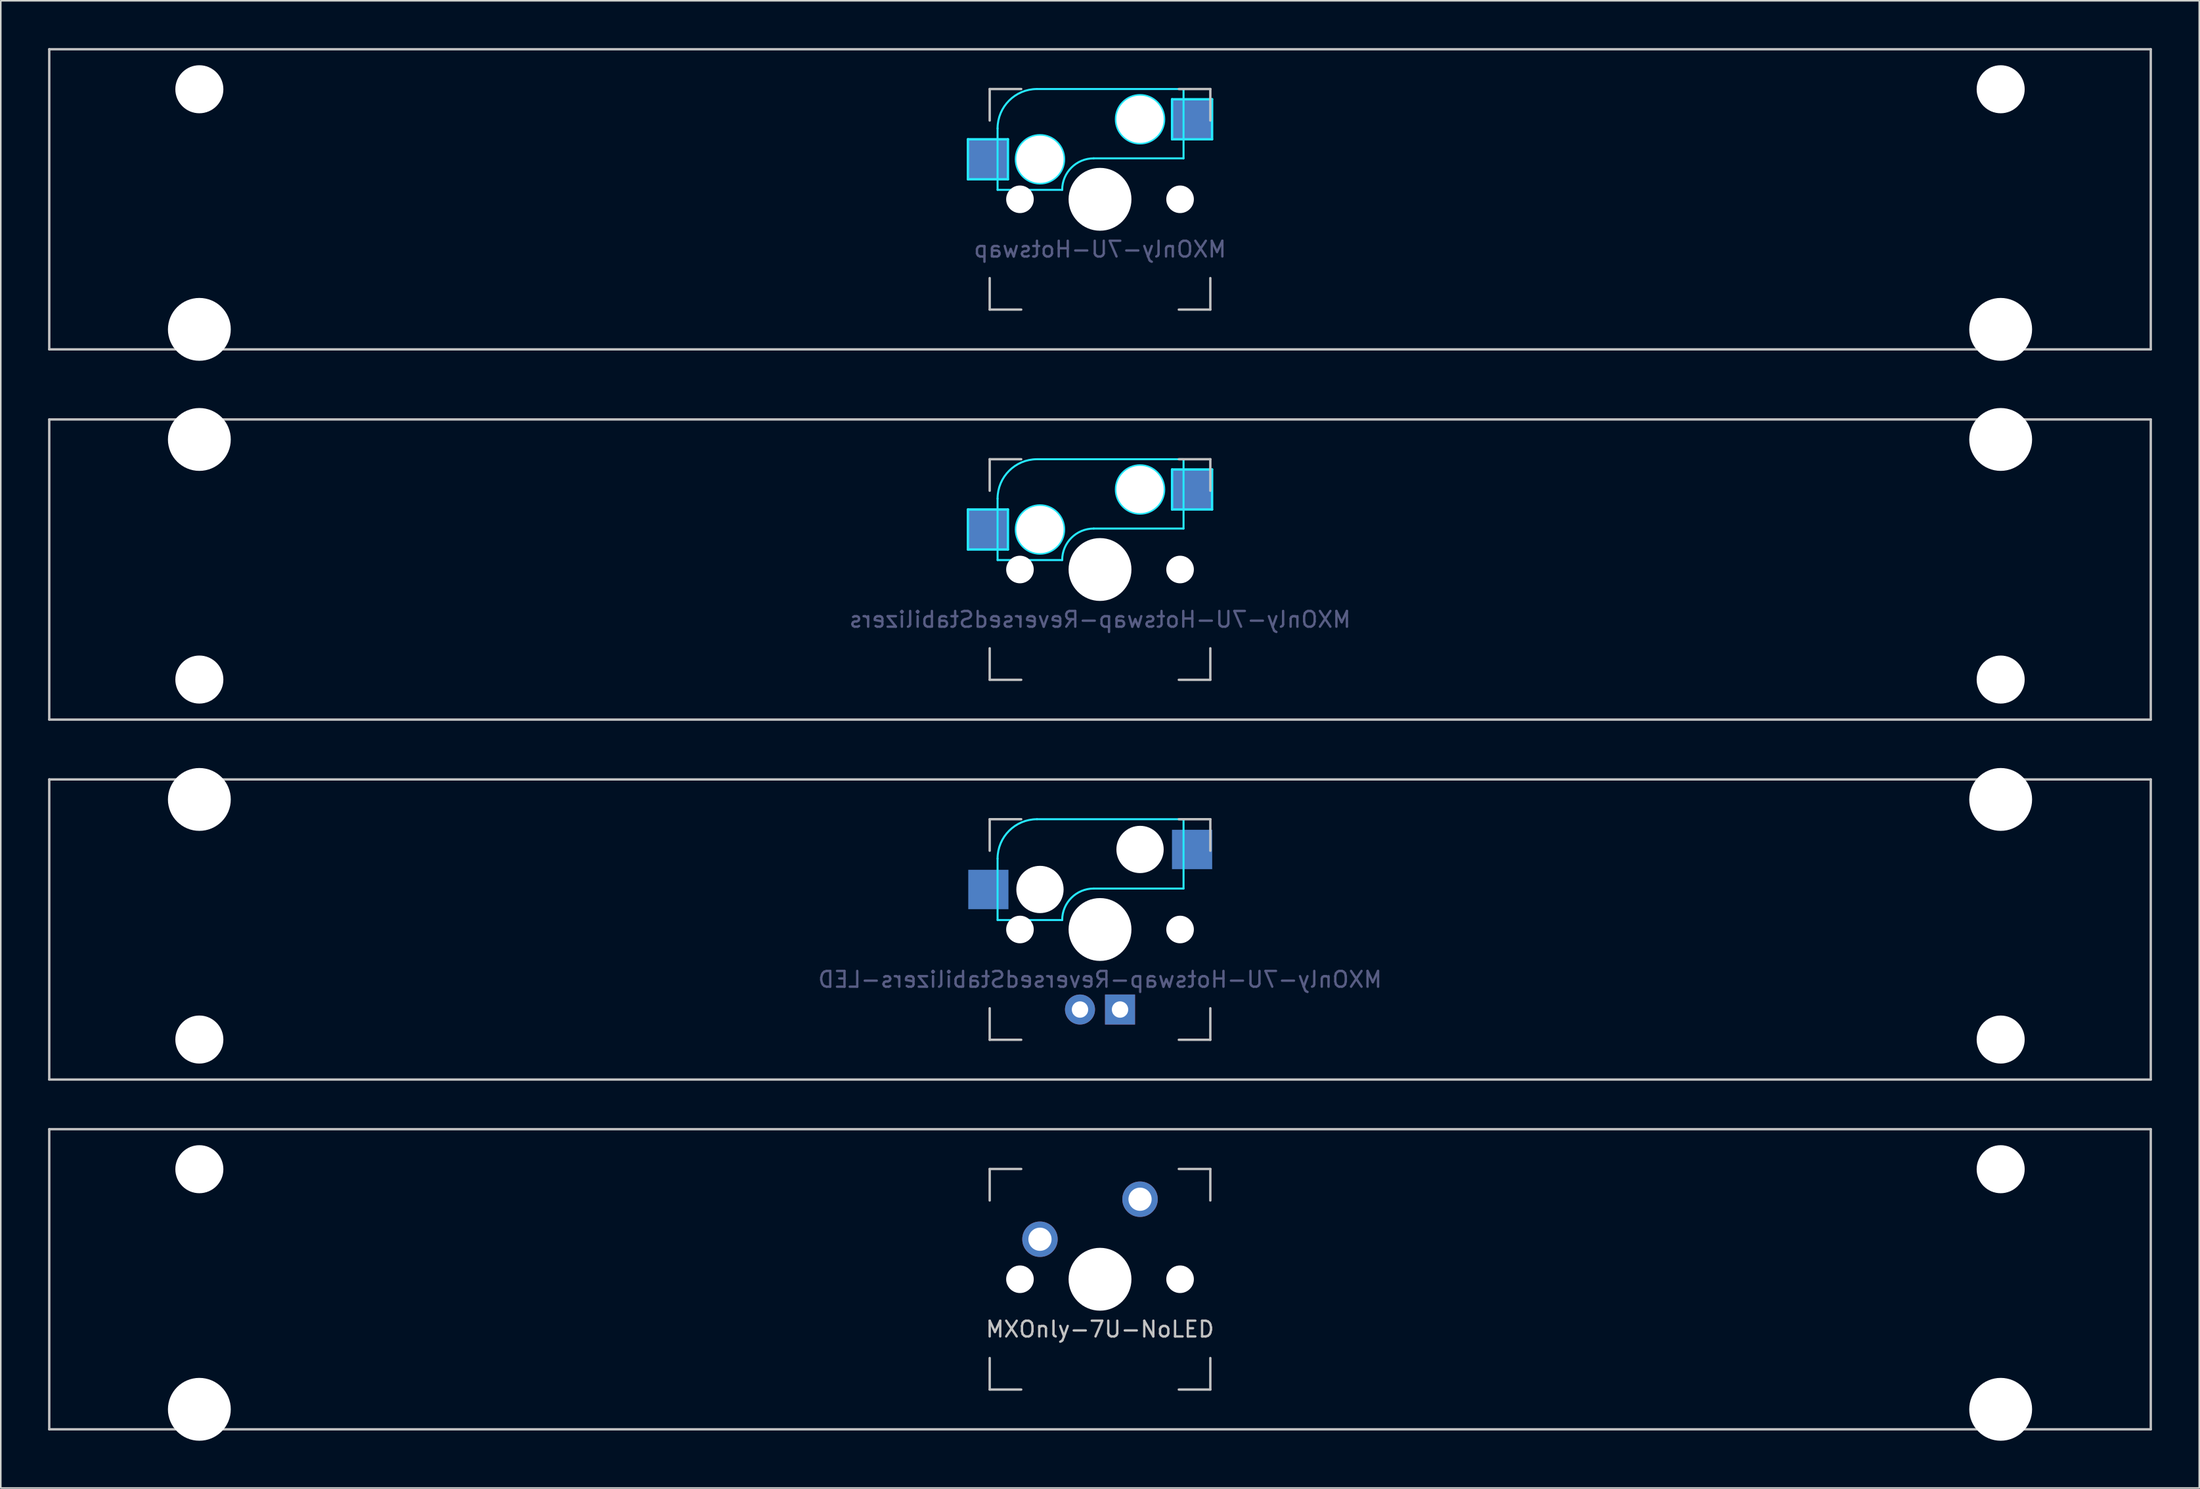
<source format=kicad_pcb>
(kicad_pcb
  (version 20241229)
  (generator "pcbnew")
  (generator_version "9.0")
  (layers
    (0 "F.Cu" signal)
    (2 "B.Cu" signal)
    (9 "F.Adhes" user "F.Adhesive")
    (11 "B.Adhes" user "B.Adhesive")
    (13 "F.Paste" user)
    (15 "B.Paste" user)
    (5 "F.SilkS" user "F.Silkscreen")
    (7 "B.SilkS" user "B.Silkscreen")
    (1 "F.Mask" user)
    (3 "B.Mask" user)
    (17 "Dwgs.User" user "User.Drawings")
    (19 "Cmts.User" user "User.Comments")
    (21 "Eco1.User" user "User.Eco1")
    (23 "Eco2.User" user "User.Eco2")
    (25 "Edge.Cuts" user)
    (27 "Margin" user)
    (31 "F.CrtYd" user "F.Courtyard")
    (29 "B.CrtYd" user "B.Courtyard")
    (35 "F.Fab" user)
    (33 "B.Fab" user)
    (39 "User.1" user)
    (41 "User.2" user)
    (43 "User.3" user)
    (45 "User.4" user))
  (footprint "MXOnly-7U-Hotswap"
    (layer "F.Cu")
    (at 66.75 9.6)
    (property "Reference" "MXOnly-7U-Hotswap" (at 0 3.175 0) (layer "B.Fab") (effects (font (size 1 1) (thickness 0.15)) (justify mirror)))
    (attr smd)
    (fp_line (start -66.675 -9.525) (end 66.675 -9.525) (stroke (width 0.15) (type solid)) (layer "Dwgs.User"))
    (fp_line (start -66.675 9.525) (end -66.675 -9.525) (stroke (width 0.15) (type solid)) (layer "Dwgs.User"))
    (fp_line (start -7 -7) (end -7 -5) (stroke (width 0.15) (type solid)) (layer "Dwgs.User"))
    (fp_line (start -7 5) (end -7 7) (stroke (width 0.15) (type solid)) (layer "Dwgs.User"))
    (fp_line (start -7 7) (end -5 7) (stroke (width 0.15) (type solid)) (layer "Dwgs.User"))
    (fp_line (start -5 -7) (end -7 -7) (stroke (width 0.15) (type solid)) (layer "Dwgs.User"))
    (fp_line (start 5 -7) (end 7 -7) (stroke (width 0.15) (type solid)) (layer "Dwgs.User"))
    (fp_line (start 5 7) (end 7 7) (stroke (width 0.15) (type solid)) (layer "Dwgs.User"))
    (fp_line (start 7 -7) (end 7 -5) (stroke (width 0.15) (type solid)) (layer "Dwgs.User"))
    (fp_line (start 7 7) (end 7 5) (stroke (width 0.15) (type solid)) (layer "Dwgs.User"))
    (fp_line (start 66.675 -9.525) (end 66.675 9.525) (stroke (width 0.15) (type solid)) (layer "Dwgs.User"))
    (fp_line (start 66.675 9.525) (end -66.675 9.525) (stroke (width 0.15) (type solid)) (layer "Dwgs.User"))
    (fp_line (start -8.382 -3.81) (end -5.842 -3.81) (stroke (width 0.15) (type solid)) (layer "B.CrtYd"))
    (fp_line (start -8.382 -1.27) (end -8.382 -3.81) (stroke (width 0.15) (type solid)) (layer "B.CrtYd"))
    (fp_line (start -6.5 -4.5) (end -6.5 -0.6) (stroke (width 0.127) (type solid)) (layer "B.CrtYd"))
    (fp_line (start -6.5 -0.6) (end -2.4 -0.6) (stroke (width 0.127) (type solid)) (layer "B.CrtYd"))
    (fp_line (start -5.842 -3.81) (end -5.842 -1.27) (stroke (width 0.15) (type solid)) (layer "B.CrtYd"))
    (fp_line (start -5.842 -1.27) (end -8.382 -1.27) (stroke (width 0.15) (type solid)) (layer "B.CrtYd"))
    (fp_line (start -0.4 -2.6) (end 5.3 -2.6) (stroke (width 0.127) (type solid)) (layer "B.CrtYd"))
    (fp_line (start 4.572 -6.35) (end 7.112 -6.35) (stroke (width 0.15) (type solid)) (layer "B.CrtYd"))
    (fp_line (start 4.572 -3.81) (end 4.572 -6.35) (stroke (width 0.15) (type solid)) (layer "B.CrtYd"))
    (fp_line (start 5.3 -7) (end -4 -7) (stroke (width 0.127) (type solid)) (layer "B.CrtYd"))
    (fp_line (start 5.3 -7) (end 5.3 -2.6) (stroke (width 0.127) (type solid)) (layer "B.CrtYd"))
    (fp_line (start 7.112 -6.35) (end 7.112 -3.81) (stroke (width 0.15) (type solid)) (layer "B.CrtYd"))
    (fp_line (start 7.112 -3.81) (end 4.572 -3.81) (stroke (width 0.15) (type solid)) (layer "B.CrtYd"))
    (fp_arc (start -6.5 -4.5) (mid -5.767767 -6.267767) (end -4 -7) (stroke (width 0.127) (type solid)) (layer "B.CrtYd"))
    (fp_arc (start -2.4 -0.6) (mid -1.814214 -2.014214) (end -0.4 -2.6) (stroke (width 0.127) (type solid)) (layer "B.CrtYd"))
    (fp_circle (center -3.81 -2.54) (end -3.81 -4.064) (stroke (width 0.15) (type solid)) (fill no) (layer "B.CrtYd"))
    (fp_circle (center 2.54 -5.08) (end 2.54 -6.604) (stroke (width 0.15) (type solid)) (fill no) (layer "B.CrtYd"))
    (pad "" np_thru_hole circle (at -57.15 -6.985) (size 3.048 3.048) (drill 3.048) (layers "*.Cu" "*.Mask"))
    (pad "" np_thru_hole circle (at -57.15 8.255) (size 3.988 3.988) (drill 3.988) (layers "*.Cu" "*.Mask"))
    (pad "" np_thru_hole circle (at -5.08 0 48.1) (size 1.75 1.75) (drill 1.75) (layers "*.Cu" "*.Mask"))
    (pad "" np_thru_hole circle (at -3.81 -2.54) (size 3 3) (drill 3) (layers "*.Cu" "*.Mask"))
    (pad "" np_thru_hole circle (at 0 0) (size 3.988 3.988) (drill 3.988) (layers "*.Cu" "*.Mask"))
    (pad "" np_thru_hole circle (at 2.54 -5.08) (size 3 3) (drill 3) (layers "*.Cu" "*.Mask"))
    (pad "" np_thru_hole circle (at 5.08 0 48.1) (size 1.75 1.75) (drill 1.75) (layers "*.Cu" "*.Mask"))
    (pad "" np_thru_hole circle (at 57.15 -6.985) (size 3.048 3.048) (drill 3.048) (layers "*.Cu" "*.Mask"))
    (pad "" np_thru_hole circle (at 57.15 8.255) (size 3.988 3.988) (drill 3.988) (layers "*.Cu" "*.Mask"))
    (pad "1" smd rect (at -7.085 -2.54) (size 2.55 2.5) (layers "B.Cu" "B.Mask" "B.Paste"))
    (pad "2" smd rect (at 5.842 -5.08) (size 2.55 2.5) (layers "B.Cu" "B.Mask" "B.Paste")))
  (footprint "MXOnly-7U-Hotswap-ReversedStabilizers"
    (layer "F.Cu")
    (at 66.75 33.098)
    (property "Reference" "MXOnly-7U-Hotswap-ReversedStabilizers" (at 0 3.175 0) (layer "B.Fab") (effects (font (size 1 1) (thickness 0.15)) (justify mirror)))
    (attr smd)
    (fp_line (start -66.675 -9.525) (end 66.675 -9.525) (stroke (width 0.15) (type solid)) (layer "Dwgs.User"))
    (fp_line (start -66.675 9.525) (end -66.675 -9.525) (stroke (width 0.15) (type solid)) (layer "Dwgs.User"))
    (fp_line (start -7 -7) (end -7 -5) (stroke (width 0.15) (type solid)) (layer "Dwgs.User"))
    (fp_line (start -7 5) (end -7 7) (stroke (width 0.15) (type solid)) (layer "Dwgs.User"))
    (fp_line (start -7 7) (end -5 7) (stroke (width 0.15) (type solid)) (layer "Dwgs.User"))
    (fp_line (start -5 -7) (end -7 -7) (stroke (width 0.15) (type solid)) (layer "Dwgs.User"))
    (fp_line (start 5 -7) (end 7 -7) (stroke (width 0.15) (type solid)) (layer "Dwgs.User"))
    (fp_line (start 5 7) (end 7 7) (stroke (width 0.15) (type solid)) (layer "Dwgs.User"))
    (fp_line (start 7 -7) (end 7 -5) (stroke (width 0.15) (type solid)) (layer "Dwgs.User"))
    (fp_line (start 7 7) (end 7 5) (stroke (width 0.15) (type solid)) (layer "Dwgs.User"))
    (fp_line (start 66.675 -9.525) (end 66.675 9.525) (stroke (width 0.15) (type solid)) (layer "Dwgs.User"))
    (fp_line (start 66.675 9.525) (end -66.675 9.525) (stroke (width 0.15) (type solid)) (layer "Dwgs.User"))
    (fp_line (start -8.382 -3.81) (end -5.842 -3.81) (stroke (width 0.15) (type solid)) (layer "B.CrtYd"))
    (fp_line (start -8.382 -1.27) (end -8.382 -3.81) (stroke (width 0.15) (type solid)) (layer "B.CrtYd"))
    (fp_line (start -6.5 -4.5) (end -6.5 -0.6) (stroke (width 0.127) (type solid)) (layer "B.CrtYd"))
    (fp_line (start -6.5 -0.6) (end -2.4 -0.6) (stroke (width 0.127) (type solid)) (layer "B.CrtYd"))
    (fp_line (start -5.842 -3.81) (end -5.842 -1.27) (stroke (width 0.15) (type solid)) (layer "B.CrtYd"))
    (fp_line (start -5.842 -1.27) (end -8.382 -1.27) (stroke (width 0.15) (type solid)) (layer "B.CrtYd"))
    (fp_line (start -0.4 -2.6) (end 5.3 -2.6) (stroke (width 0.127) (type solid)) (layer "B.CrtYd"))
    (fp_line (start 4.572 -6.35) (end 7.112 -6.35) (stroke (width 0.15) (type solid)) (layer "B.CrtYd"))
    (fp_line (start 4.572 -3.81) (end 4.572 -6.35) (stroke (width 0.15) (type solid)) (layer "B.CrtYd"))
    (fp_line (start 5.3 -7) (end -4 -7) (stroke (width 0.127) (type solid)) (layer "B.CrtYd"))
    (fp_line (start 5.3 -7) (end 5.3 -2.6) (stroke (width 0.127) (type solid)) (layer "B.CrtYd"))
    (fp_line (start 7.112 -6.35) (end 7.112 -3.81) (stroke (width 0.15) (type solid)) (layer "B.CrtYd"))
    (fp_line (start 7.112 -3.81) (end 4.572 -3.81) (stroke (width 0.15) (type solid)) (layer "B.CrtYd"))
    (fp_arc (start -6.5 -4.5) (mid -5.767767 -6.267767) (end -4 -7) (stroke (width 0.127) (type solid)) (layer "B.CrtYd"))
    (fp_arc (start -2.4 -0.6) (mid -1.814214 -2.014214) (end -0.4 -2.6) (stroke (width 0.127) (type solid)) (layer "B.CrtYd"))
    (fp_circle (center -3.81 -2.54) (end -3.81 -4.064) (stroke (width 0.15) (type solid)) (fill no) (layer "B.CrtYd"))
    (fp_circle (center 2.54 -5.08) (end 2.54 -6.604) (stroke (width 0.15) (type solid)) (fill no) (layer "B.CrtYd"))
    (pad "" np_thru_hole circle (at -57.15 -8.255) (size 3.988 3.988) (drill 3.988) (layers "*.Cu" "*.Mask"))
    (pad "" np_thru_hole circle (at -57.15 6.985) (size 3.048 3.048) (drill 3.048) (layers "*.Cu" "*.Mask"))
    (pad "" np_thru_hole circle (at -5.08 0 48.1) (size 1.75 1.75) (drill 1.75) (layers "*.Cu" "*.Mask"))
    (pad "" np_thru_hole circle (at -3.81 -2.54) (size 3 3) (drill 3) (layers "*.Cu" "*.Mask"))
    (pad "" np_thru_hole circle (at 0 0) (size 3.988 3.988) (drill 3.988) (layers "*.Cu" "*.Mask"))
    (pad "" np_thru_hole circle (at 2.54 -5.08) (size 3 3) (drill 3) (layers "*.Cu" "*.Mask"))
    (pad "" np_thru_hole circle (at 5.08 0 48.1) (size 1.75 1.75) (drill 1.75) (layers "*.Cu" "*.Mask"))
    (pad "" np_thru_hole circle (at 57.15 -8.255) (size 3.988 3.988) (drill 3.988) (layers "*.Cu" "*.Mask"))
    (pad "" np_thru_hole circle (at 57.15 6.985) (size 3.048 3.048) (drill 3.048) (layers "*.Cu" "*.Mask"))
    (pad "1" smd rect (at -7.085 -2.54) (size 2.55 2.5) (layers "B.Cu" "B.Mask" "B.Paste"))
    (pad "2" smd rect (at 5.842 -5.08) (size 2.55 2.5) (layers "B.Cu" "B.Mask" "B.Paste")))
  (footprint "MXOnly-7U-NoLED"
    (layer "F.Cu")
    (at 66.75 78.147)
    (property "Reference" "MXOnly-7U-NoLED" (at 0 3.175 0) (layer "Dwgs.User") (effects (font (size 1 1) (thickness 0.15))))
    (attr through_hole)
    (fp_line (start -66.675 -9.525) (end 66.675 -9.525) (stroke (width 0.15) (type solid)) (layer "Dwgs.User"))
    (fp_line (start -66.675 9.525) (end -66.675 -9.525) (stroke (width 0.15) (type solid)) (layer "Dwgs.User"))
    (fp_line (start -66.675 9.525) (end 66.675 9.525) (stroke (width 0.15) (type solid)) (layer "Dwgs.User"))
    (fp_line (start -7 -7) (end -7 -5) (stroke (width 0.15) (type solid)) (layer "Dwgs.User"))
    (fp_line (start -7 5) (end -7 7) (stroke (width 0.15) (type solid)) (layer "Dwgs.User"))
    (fp_line (start -7 7) (end -5 7) (stroke (width 0.15) (type solid)) (layer "Dwgs.User"))
    (fp_line (start -5 -7) (end -7 -7) (stroke (width 0.15) (type solid)) (layer "Dwgs.User"))
    (fp_line (start 5 -7) (end 7 -7) (stroke (width 0.15) (type solid)) (layer "Dwgs.User"))
    (fp_line (start 5 7) (end 7 7) (stroke (width 0.15) (type solid)) (layer "Dwgs.User"))
    (fp_line (start 7 -7) (end 7 -5) (stroke (width 0.15) (type solid)) (layer "Dwgs.User"))
    (fp_line (start 7 7) (end 7 5) (stroke (width 0.15) (type solid)) (layer "Dwgs.User"))
    (fp_line (start 66.675 -9.525) (end 66.675 9.525) (stroke (width 0.15) (type solid)) (layer "Dwgs.User"))
    (pad "" np_thru_hole circle (at -57.15 -6.985) (size 3.048 3.048) (drill 3.048) (layers "*.Cu" "*.Mask"))
    (pad "" np_thru_hole circle (at -57.15 8.255) (size 3.988 3.988) (drill 3.988) (layers "*.Cu" "*.Mask"))
    (pad "" np_thru_hole circle (at -5.08 0 48.1) (size 1.75 1.75) (drill 1.75) (layers "*.Cu" "*.Mask"))
    (pad "" np_thru_hole circle (at 0 0) (size 3.988 3.988) (drill 3.988) (layers "*.Cu" "*.Mask"))
    (pad "" np_thru_hole circle (at 5.08 0 48.1) (size 1.75 1.75) (drill 1.75) (layers "*.Cu" "*.Mask"))
    (pad "" np_thru_hole circle (at 57.15 -6.985) (size 3.048 3.048) (drill 3.048) (layers "*.Cu" "*.Mask"))
    (pad "" np_thru_hole circle (at 57.15 8.255) (size 3.988 3.988) (drill 3.988) (layers "*.Cu" "*.Mask"))
    (pad "1" thru_hole circle (at -3.81 -2.54) (size 2.25 2.25) (drill 1.47) (layers "*.Cu" "B.Mask"))
    (pad "2" thru_hole circle (at 2.54 -5.08) (size 2.25 2.25) (drill 1.47) (layers "*.Cu" "B.Mask")))
  (footprint "MXOnly-7U-Hotswap-ReversedStabilizers-LED"
    (layer "F.Cu")
    (at 66.75 55.947)
    (property "Reference" "MXOnly-7U-Hotswap-ReversedStabilizers-LED" (at 0 3.175 0) (layer "B.Fab") (effects (font (size 1 1) (thickness 0.15)) (justify mirror)))
    (attr through_hole)
    (fp_line (start -66.675 -9.525) (end 66.675 -9.525) (stroke (width 0.15) (type solid)) (layer "Dwgs.User"))
    (fp_line (start -66.675 9.525) (end -66.675 -9.525) (stroke (width 0.15) (type solid)) (layer "Dwgs.User"))
    (fp_line (start -66.675 9.525) (end 66.675 9.525) (stroke (width 0.15) (type solid)) (layer "Dwgs.User"))
    (fp_line (start -7 -7) (end -7 -5) (stroke (width 0.15) (type solid)) (layer "Dwgs.User"))
    (fp_line (start -7 5) (end -7 7) (stroke (width 0.15) (type solid)) (layer "Dwgs.User"))
    (fp_line (start -7 7) (end -5 7) (stroke (width 0.15) (type solid)) (layer "Dwgs.User"))
    (fp_line (start -5 -7) (end -7 -7) (stroke (width 0.15) (type solid)) (layer "Dwgs.User"))
    (fp_line (start 5 -7) (end 7 -7) (stroke (width 0.15) (type solid)) (layer "Dwgs.User"))
    (fp_line (start 5 7) (end 7 7) (stroke (width 0.15) (type solid)) (layer "Dwgs.User"))
    (fp_line (start 7 -7) (end 7 -5) (stroke (width 0.15) (type solid)) (layer "Dwgs.User"))
    (fp_line (start 7 7) (end 7 5) (stroke (width 0.15) (type solid)) (layer "Dwgs.User"))
    (fp_line (start 66.675 -9.525) (end 66.675 9.525) (stroke (width 0.15) (type solid)) (layer "Dwgs.User"))
    (fp_line (start -6.5 -4.5) (end -6.5 -0.6) (stroke (width 0.127) (type solid)) (layer "B.CrtYd"))
    (fp_line (start -6.5 -0.6) (end -2.4 -0.6) (stroke (width 0.127) (type solid)) (layer "B.CrtYd"))
    (fp_line (start -0.4 -2.6) (end 5.3 -2.6) (stroke (width 0.127) (type solid)) (layer "B.CrtYd"))
    (fp_line (start 5.3 -7) (end -4 -7) (stroke (width 0.127) (type solid)) (layer "B.CrtYd"))
    (fp_line (start 5.3 -7) (end 5.3 -2.6) (stroke (width 0.127) (type solid)) (layer "B.CrtYd"))
    (fp_arc (start -6.5 -4.5) (mid -5.767767 -6.267767) (end -4 -7) (stroke (width 0.127) (type solid)) (layer "B.CrtYd"))
    (fp_arc (start -2.4 -0.6) (mid -1.814214 -2.014214) (end -0.4 -2.6) (stroke (width 0.127) (type solid)) (layer "B.CrtYd"))
    (pad "" np_thru_hole circle (at -57.15 -8.255 180) (size 3.988 3.988) (drill 3.988) (layers "*.Cu" "*.Mask"))
    (pad "" np_thru_hole circle (at -57.15 6.985 180) (size 3.048 3.048) (drill 3.048) (layers "*.Cu" "*.Mask"))
    (pad "" np_thru_hole circle (at -5.08 0 48.1) (size 1.75 1.75) (drill 1.75) (layers "*.Cu" "*.Mask"))
    (pad "" np_thru_hole circle (at -3.81 -2.54) (size 3 3) (drill 3) (layers "*.Cu" "*.Mask"))
    (pad "" np_thru_hole circle (at 0 0) (size 3.988 3.988) (drill 3.988) (layers "*.Cu" "*.Mask"))
    (pad "" np_thru_hole circle (at 2.54 -5.08) (size 3 3) (drill 3) (layers "*.Cu" "*.Mask"))
    (pad "" np_thru_hole circle (at 5.08 0 48.1) (size 1.75 1.75) (drill 1.75) (layers "*.Cu" "*.Mask"))
    (pad "" np_thru_hole circle (at 57.15 -8.255 180) (size 3.988 3.988) (drill 3.988) (layers "*.Cu" "*.Mask"))
    (pad "" np_thru_hole circle (at 57.15 6.985 180) (size 3.048 3.048) (drill 3.048) (layers "*.Cu" "*.Mask"))
    (pad "1" smd rect (at -7.085 -2.54) (size 2.55 2.5) (layers "B.Cu" "B.Mask" "B.Paste"))
    (pad "2" smd rect (at 5.842 -5.08) (size 2.55 2.5) (layers "B.Cu" "B.Mask" "B.Paste"))
    (pad "3" thru_hole circle (at -1.27 5.08) (size 1.905 1.905) (drill 1.04) (layers "*.Cu" "B.Mask"))
    (pad "4" thru_hole rect (at 1.27 5.08) (size 1.905 1.905) (drill 1.04) (layers "*.Cu" "B.Mask")))
  (gr_rect
    (start -3 -3)
    (end 136.5 91.396)
    (stroke (width 0.1) (type default))
    (fill no)
    (layer "Edge.Cuts")))
</source>
